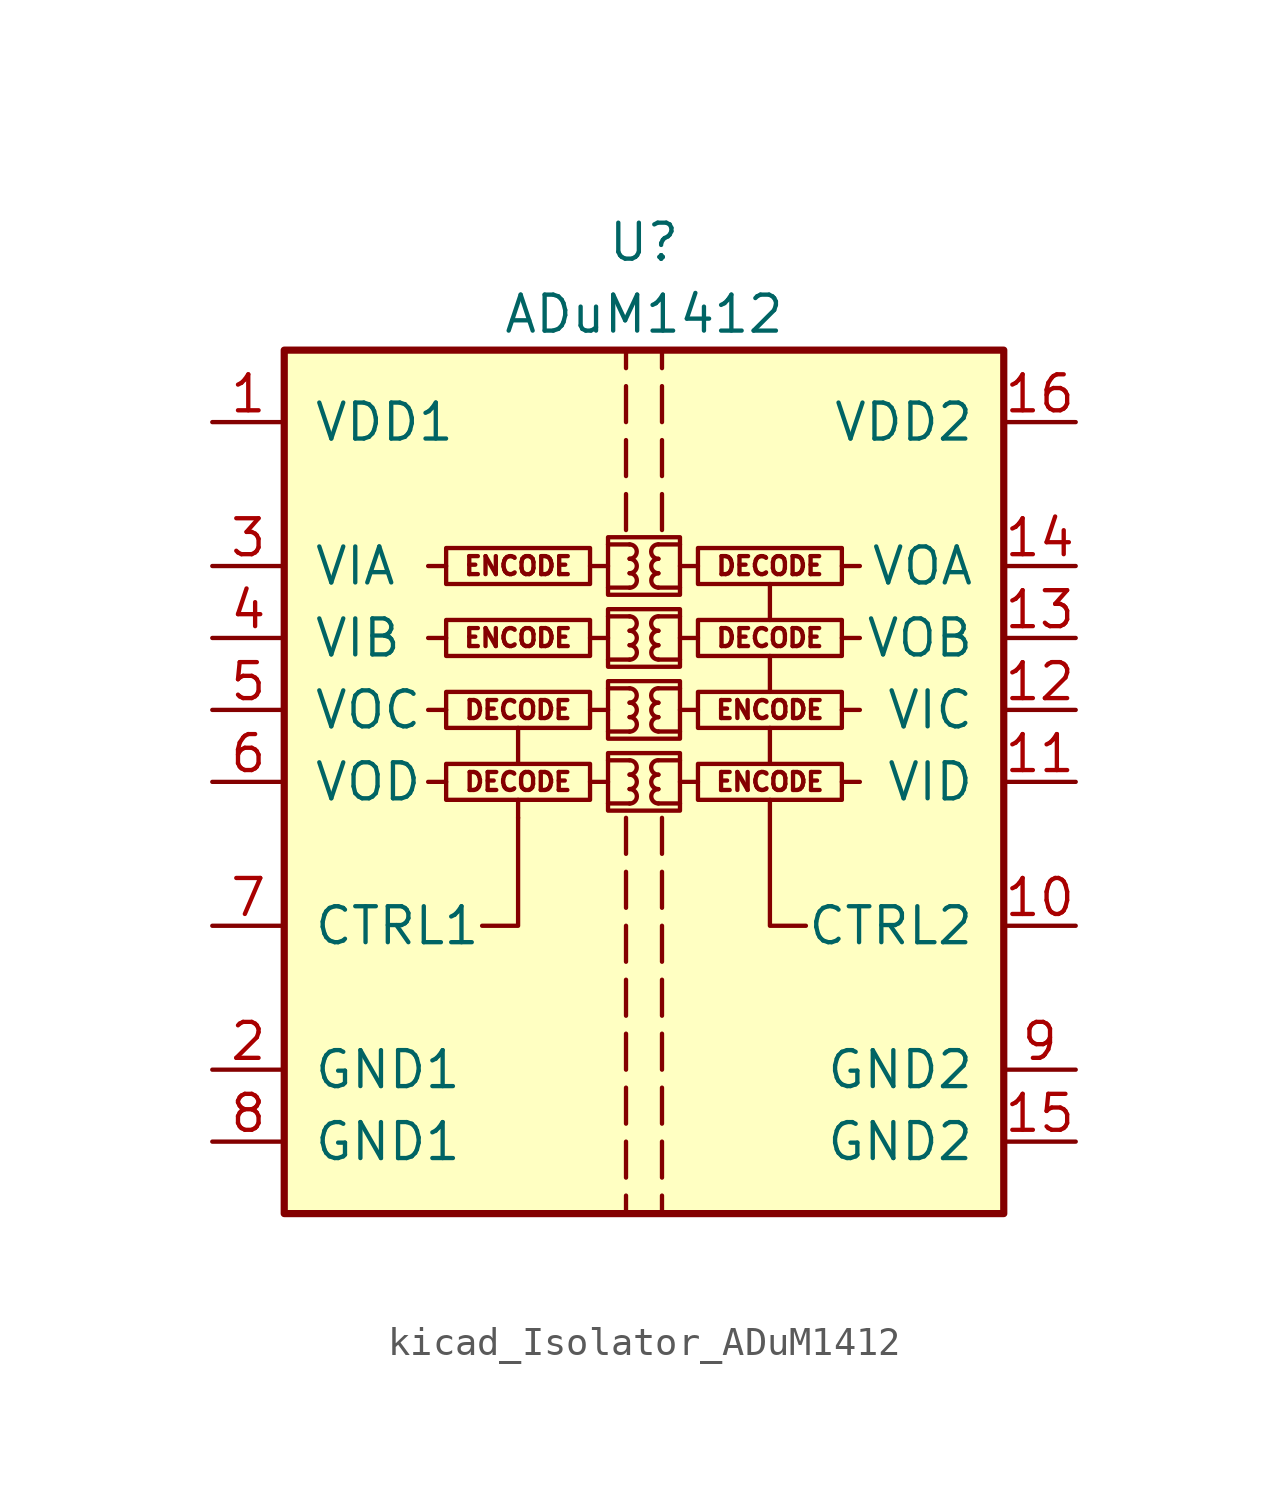
<source format=kicad_sym>
(kicad_symbol_lib
  (version 20220914)
  (generator kicad_symbol_editor)
  (symbol "kicad_Isolator_ADuM1412"
    (pin_names
      (offset 1.016))
    (property "Reference" "U"
      (at 0 19.05 0)
      (effects (font (size 1.27 1.27))))
    (property "Value" "ADuM1412"
      (at 0 16.51 0)
      (effects (font (size 1.27 1.27))))
    (symbol "kicad_Isolator_ADuM1412_0_0"
      (rectangle (start -1.905 0.635) (end -6.985 -0.635) (stroke (width 0) (type default)) (fill (type none)))
      (rectangle (start -1.27 1.016) (end 1.27 -1.016) (stroke (width 0) (type default)) (fill (type none)))
      (rectangle (start -1.27 3.556) (end 1.27 1.524) (stroke (width 0) (type default)) (fill (type none)))
      (rectangle (start -1.27 6.096) (end 1.27 4.064) (stroke (width 0) (type default)) (fill (type none)))
      (rectangle (start -1.27 8.636) (end 1.27 6.604) (stroke (width 0) (type default)) (fill (type none)))
      (arc (start -0.508 -0.762) (mid -0.2551 -0.508) (end -0.508 -0.254) (stroke (width 0) (type default)) (fill (type none)))
      (arc (start -0.508 -0.254) (mid -0.2551 0) (end -0.508 0.254) (stroke (width 0) (type default)) (fill (type none)))
      (arc (start -0.508 0.254) (mid -0.2551 0.508) (end -0.508 0.762) (stroke (width 0) (type default)) (fill (type none)))
      (arc (start -0.508 1.778) (mid -0.2551 2.032) (end -0.508 2.286) (stroke (width 0) (type default)) (fill (type none)))
      (arc (start -0.508 2.286) (mid -0.2551 2.54) (end -0.508 2.794) (stroke (width 0) (type default)) (fill (type none)))
      (arc (start -0.508 2.794) (mid -0.2551 3.048) (end -0.508 3.302) (stroke (width 0) (type default)) (fill (type none)))
      (arc (start -0.508 4.318) (mid -0.2551 4.572) (end -0.508 4.826) (stroke (width 0) (type default)) (fill (type none)))
      (arc (start -0.508 4.826) (mid -0.2551 5.08) (end -0.508 5.334) (stroke (width 0) (type default)) (fill (type none)))
      (arc (start -0.508 5.334) (mid -0.2551 5.588) (end -0.508 5.842) (stroke (width 0) (type default)) (fill (type none)))
      (arc (start -0.508 6.858) (mid -0.2551 7.112) (end -0.508 7.366) (stroke (width 0) (type default)) (fill (type none)))
      (arc (start -0.508 7.366) (mid -0.2551 7.62) (end -0.508 7.874) (stroke (width 0) (type default)) (fill (type none)))
      (arc (start -0.508 7.874) (mid -0.2551 8.128) (end -0.508 8.382) (stroke (width 0) (type default)) (fill (type none)))
      (polyline (pts (xy -6.985 0) (xy -7.62 0)) (stroke (width 0) (type default)) (fill (type none)))
      (polyline (pts (xy -6.985 2.54) (xy -7.62 2.54)) (stroke (width 0) (type default)) (fill (type none)))
      (polyline (pts (xy -6.985 5.08) (xy -7.62 5.08)) (stroke (width 0) (type default)) (fill (type none)))
      (polyline (pts (xy -6.985 7.62) (xy -7.62 7.62)) (stroke (width 0) (type default)) (fill (type none)))
      (polyline (pts (xy -4.445 -1.27) (xy -4.445 -0.635)) (stroke (width 0) (type default)) (fill (type none)))
      (polyline (pts (xy -4.445 0.635) (xy -4.445 1.905)) (stroke (width 0) (type default)) (fill (type none)))
      (polyline (pts (xy -1.905 0) (xy -1.27 0)) (stroke (width 0) (type default)) (fill (type none)))
      (polyline (pts (xy -1.905 2.54) (xy -1.27 2.54)) (stroke (width 0) (type default)) (fill (type none)))
      (polyline (pts (xy -1.905 5.08) (xy -1.27 5.08)) (stroke (width 0) (type default)) (fill (type none)))
      (polyline (pts (xy -1.905 7.62) (xy -1.27 7.62)) (stroke (width 0) (type default)) (fill (type none)))
      (polyline (pts (xy -1.27 -0.762) (xy -0.508 -0.762)) (stroke (width 0) (type default)) (fill (type none)))
      (polyline (pts (xy -1.27 0.762) (xy -0.508 0.762)) (stroke (width 0) (type default)) (fill (type none)))
      (polyline (pts (xy -1.27 1.778) (xy -0.508 1.778)) (stroke (width 0) (type default)) (fill (type none)))
      (polyline (pts (xy -1.27 3.302) (xy -0.508 3.302)) (stroke (width 0) (type default)) (fill (type none)))
      (polyline (pts (xy -1.27 4.318) (xy -0.508 4.318)) (stroke (width 0) (type default)) (fill (type none)))
      (polyline (pts (xy -1.27 5.842) (xy -0.508 5.842)) (stroke (width 0) (type default)) (fill (type none)))
      (polyline (pts (xy -1.27 6.858) (xy -0.508 6.858)) (stroke (width 0) (type default)) (fill (type none)))
      (polyline (pts (xy -1.27 8.382) (xy -0.508 8.382)) (stroke (width 0) (type default)) (fill (type none)))
      (polyline (pts (xy -0.635 -10.795) (xy -0.635 -12.065)) (stroke (width 0) (type default)) (fill (type none)))
      (polyline (pts (xy -0.635 -8.89) (xy -0.635 -10.16)) (stroke (width 0) (type default)) (fill (type none)))
      (polyline (pts (xy -0.635 -6.985) (xy -0.635 -8.255)) (stroke (width 0) (type default)) (fill (type none)))
      (polyline (pts (xy -0.635 -5.08) (xy -0.635 -6.35)) (stroke (width 0) (type default)) (fill (type none)))
      (polyline (pts (xy -0.635 -3.175) (xy -0.635 -4.445)) (stroke (width 0) (type default)) (fill (type none)))
      (polyline (pts (xy -0.635 -1.27) (xy -0.635 -2.54)) (stroke (width 0) (type default)) (fill (type none)))
      (polyline (pts (xy -0.635 8.89) (xy -0.635 10.16)) (stroke (width 0) (type default)) (fill (type none)))
      (polyline (pts (xy -0.635 10.795) (xy -0.635 12.065)) (stroke (width 0) (type default)) (fill (type none)))
      (polyline (pts (xy -0.635 12.7) (xy -0.635 13.97)) (stroke (width 0) (type default)) (fill (type none)))
      (polyline (pts (xy -0.635 15.24) (xy -0.635 14.605)) (stroke (width 0) (type default)) (fill (type none)))
      (polyline (pts (xy 0.635 -10.795) (xy 0.635 -12.065)) (stroke (width 0) (type default)) (fill (type none)))
      (polyline (pts (xy 0.635 -8.89) (xy 0.635 -10.16)) (stroke (width 0) (type default)) (fill (type none)))
      (polyline (pts (xy 0.635 -6.985) (xy 0.635 -8.255)) (stroke (width 0) (type default)) (fill (type none)))
      (polyline (pts (xy 0.635 -5.08) (xy 0.635 -6.35)) (stroke (width 0) (type default)) (fill (type none)))
      (polyline (pts (xy 0.635 -3.175) (xy 0.635 -4.445)) (stroke (width 0) (type default)) (fill (type none)))
      (polyline (pts (xy 0.635 -1.27) (xy 0.635 -2.54)) (stroke (width 0) (type default)) (fill (type none)))
      (polyline (pts (xy 0.635 8.89) (xy 0.635 10.16)) (stroke (width 0) (type default)) (fill (type none)))
      (polyline (pts (xy 0.635 12.065) (xy 0.635 10.795)) (stroke (width 0) (type default)) (fill (type none)))
      (polyline (pts (xy 0.635 13.97) (xy 0.635 12.7)) (stroke (width 0) (type default)) (fill (type none)))
      (polyline (pts (xy 0.635 14.605) (xy 0.635 15.24)) (stroke (width 0) (type default)) (fill (type none)))
      (polyline (pts (xy 1.27 -0.762) (xy 0.508 -0.762)) (stroke (width 0) (type default)) (fill (type none)))
      (polyline (pts (xy 1.27 0.762) (xy 0.508 0.762)) (stroke (width 0) (type default)) (fill (type none)))
      (polyline (pts (xy 1.27 1.778) (xy 0.508 1.778)) (stroke (width 0) (type default)) (fill (type none)))
      (polyline (pts (xy 1.27 3.302) (xy 0.508 3.302)) (stroke (width 0) (type default)) (fill (type none)))
      (polyline (pts (xy 1.27 4.318) (xy 0.508 4.318)) (stroke (width 0) (type default)) (fill (type none)))
      (polyline (pts (xy 1.27 5.842) (xy 0.508 5.842)) (stroke (width 0) (type default)) (fill (type none)))
      (polyline (pts (xy 1.27 6.858) (xy 0.508 6.858)) (stroke (width 0) (type default)) (fill (type none)))
      (polyline (pts (xy 1.27 8.382) (xy 0.508 8.382)) (stroke (width 0) (type default)) (fill (type none)))
      (polyline (pts (xy 1.905 0) (xy 1.27 0)) (stroke (width 0) (type default)) (fill (type none)))
      (polyline (pts (xy 1.905 2.54) (xy 1.27 2.54)) (stroke (width 0) (type default)) (fill (type none)))
      (polyline (pts (xy 1.905 5.08) (xy 1.27 5.08)) (stroke (width 0) (type default)) (fill (type none)))
      (polyline (pts (xy 1.905 7.62) (xy 1.27 7.62)) (stroke (width 0) (type default)) (fill (type none)))
      (polyline (pts (xy 4.445 0.635) (xy 4.445 1.905)) (stroke (width 0) (type default)) (fill (type none)))
      (polyline (pts (xy 4.445 3.175) (xy 4.445 4.445)) (stroke (width 0) (type default)) (fill (type none)))
      (polyline (pts (xy 4.445 5.715) (xy 4.445 6.985)) (stroke (width 0) (type default)) (fill (type none)))
      (polyline (pts (xy 6.985 0) (xy 7.62 0)) (stroke (width 0) (type default)) (fill (type none)))
      (polyline (pts (xy 6.985 2.54) (xy 7.62 2.54)) (stroke (width 0) (type default)) (fill (type none)))
      (polyline (pts (xy 6.985 5.08) (xy 7.62 5.08)) (stroke (width 0) (type default)) (fill (type none)))
      (polyline (pts (xy 6.985 7.62) (xy 7.62 7.62)) (stroke (width 0) (type default)) (fill (type none)))
      (polyline (pts (xy -4.445 -1.27) (xy -4.445 -5.08) (xy -5.715 -5.08)) (stroke (width 0) (type default)) (fill (type none)))
      (polyline (pts (xy 5.715 -5.08) (xy 4.445 -5.08) (xy 4.445 -0.635)) (stroke (width 0) (type default)) (fill (type none)))
      (arc (start 0.508 -0.254) (mid 0.2551 -0.508) (end 0.508 -0.762) (stroke (width 0) (type default)) (fill (type none)))
      (arc (start 0.508 0.254) (mid 0.2551 0) (end 0.508 -0.254) (stroke (width 0) (type default)) (fill (type none)))
      (arc (start 0.508 0.762) (mid 0.2551 0.508) (end 0.508 0.254) (stroke (width 0) (type default)) (fill (type none)))
      (arc (start 0.508 2.286) (mid 0.2551 2.032) (end 0.508 1.778) (stroke (width 0) (type default)) (fill (type none)))
      (arc (start 0.508 2.794) (mid 0.2551 2.54) (end 0.508 2.286) (stroke (width 0) (type default)) (fill (type none)))
      (arc (start 0.508 3.302) (mid 0.2551 3.048) (end 0.508 2.794) (stroke (width 0) (type default)) (fill (type none)))
      (arc (start 0.508 4.826) (mid 0.2551 4.572) (end 0.508 4.318) (stroke (width 0) (type default)) (fill (type none)))
      (arc (start 0.508 5.334) (mid 0.2551 5.08) (end 0.508 4.826) (stroke (width 0) (type default)) (fill (type none)))
      (arc (start 0.508 5.842) (mid 0.2551 5.588) (end 0.508 5.334) (stroke (width 0) (type default)) (fill (type none)))
      (arc (start 0.508 7.366) (mid 0.2551 7.112) (end 0.508 6.858) (stroke (width 0) (type default)) (fill (type none)))
      (arc (start 0.508 7.874) (mid 0.2551 7.62) (end 0.508 7.366) (stroke (width 0) (type default)) (fill (type none)))
      (arc (start 0.508 8.382) (mid 0.2551 8.128) (end 0.508 7.874) (stroke (width 0) (type default)) (fill (type none)))
      (rectangle (start 1.905 0.635) (end 6.985 -0.635) (stroke (width 0) (type default)) (fill (type none)))
      (rectangle (start 1.905 3.175) (end 6.985 1.905) (stroke (width 0) (type default)) (fill (type none)))
      (rectangle (start 1.905 5.715) (end 6.985 4.445) (stroke (width 0) (type default)) (fill (type none)))
      (rectangle (start 1.905 8.255) (end 6.985 6.985) (stroke (width 0) (type default)) (fill (type none)))
      (text "DECODE" (at -4.445 0 0) (effects (font (size 0.635 0.635))))
      (text "DECODE" (at -4.445 2.54 0) (effects (font (size 0.635 0.635))))
      (text "DECODE" (at 4.445 5.08 0) (effects (font (size 0.635 0.635))))
      (text "DECODE" (at 4.445 7.62 0) (effects (font (size 0.635 0.635))))
      (text "ENCODE" (at -4.445 5.08 0) (effects (font (size 0.635 0.635))))
      (text "ENCODE" (at -4.445 7.62 0) (effects (font (size 0.635 0.635))))
      (text "ENCODE" (at 4.445 0 0) (effects (font (size 0.635 0.635))))
      (text "ENCODE" (at 4.445 2.54 0) (effects (font (size 0.635 0.635)))))
    (symbol "kicad_Isolator_ADuM1412_0_1"
      (rectangle (start -12.7 15.24) (end 12.7 -15.24) (stroke (width 0.254) (type default)) (fill (type background)))
      (rectangle (start -1.905 3.175) (end -6.985 1.905) (stroke (width 0) (type default)) (fill (type none)))
      (rectangle (start -1.905 5.715) (end -6.985 4.445) (stroke (width 0) (type default)) (fill (type none)))
      (rectangle (start -1.905 8.255) (end -6.985 6.985) (stroke (width 0) (type default)) (fill (type none)))
      (polyline (pts (xy -0.635 -14.605) (xy -0.635 -15.24)) (stroke (width 0) (type default)) (fill (type none)))
      (polyline (pts (xy -0.635 -12.7) (xy -0.635 -13.97)) (stroke (width 0) (type default)) (fill (type none)))
      (polyline (pts (xy 0.635 -14.605) (xy 0.635 -15.24)) (stroke (width 0) (type default)) (fill (type none)))
      (polyline (pts (xy 0.635 -12.7) (xy 0.635 -13.97)) (stroke (width 0) (type default)) (fill (type none))))
    (symbol "kicad_Isolator_ADuM1412_1_1"
      (pin power_in line (at -15.24 12.7 0) (length 2.54) (name "VDD1" (effects (font (size 1.27 1.27)))) (number "1" (effects (font (size 1.27 1.27)))))
      (pin input line (at 15.24 -5.08 180) (length 2.54) (name "CTRL2" (effects (font (size 1.27 1.27)))) (number "10" (effects (font (size 1.27 1.27)))))
      (pin input line (at 15.24 0 180) (length 2.54) (name "VID" (effects (font (size 1.27 1.27)))) (number "11" (effects (font (size 1.27 1.27)))))
      (pin input line (at 15.24 2.54 180) (length 2.54) (name "VIC" (effects (font (size 1.27 1.27)))) (number "12" (effects (font (size 1.27 1.27)))))
      (pin output line (at 15.24 5.08 180) (length 2.54) (name "VOB" (effects (font (size 1.27 1.27)))) (number "13" (effects (font (size 1.27 1.27)))))
      (pin output line (at 15.24 7.62 180) (length 2.54) (name "VOA" (effects (font (size 1.27 1.27)))) (number "14" (effects (font (size 1.27 1.27)))))
      (pin power_in line (at 15.24 -12.7 180) (length 2.54) (name "GND2" (effects (font (size 1.27 1.27)))) (number "15" (effects (font (size 1.27 1.27)))))
      (pin power_in line (at 15.24 12.7 180) (length 2.54) (name "VDD2" (effects (font (size 1.27 1.27)))) (number "16" (effects (font (size 1.27 1.27)))))
      (pin power_in line (at -15.24 -10.16 0) (length 2.54) (name "GND1" (effects (font (size 1.27 1.27)))) (number "2" (effects (font (size 1.27 1.27)))))
      (pin input line (at -15.24 7.62 0) (length 2.54) (name "VIA" (effects (font (size 1.27 1.27)))) (number "3" (effects (font (size 1.27 1.27)))))
      (pin input line (at -15.24 5.08 0) (length 2.54) (name "VIB" (effects (font (size 1.27 1.27)))) (number "4" (effects (font (size 1.27 1.27)))))
      (pin output line (at -15.24 2.54 0) (length 2.54) (name "VOC" (effects (font (size 1.27 1.27)))) (number "5" (effects (font (size 1.27 1.27)))))
      (pin output line (at -15.24 0 0) (length 2.54) (name "VOD" (effects (font (size 1.27 1.27)))) (number "6" (effects (font (size 1.27 1.27)))))
      (pin input line (at -15.24 -5.08 0) (length 2.54) (name "CTRL1" (effects (font (size 1.27 1.27)))) (number "7" (effects (font (size 1.27 1.27)))))
      (pin power_in line (at -15.24 -12.7 0) (length 2.54) (name "GND1" (effects (font (size 1.27 1.27)))) (number "8" (effects (font (size 1.27 1.27)))))
      (pin power_in line (at 15.24 -10.16 180) (length 2.54) (name "GND2" (effects (font (size 1.27 1.27)))) (number "9" (effects (font (size 1.27 1.27))))))))
</source>
